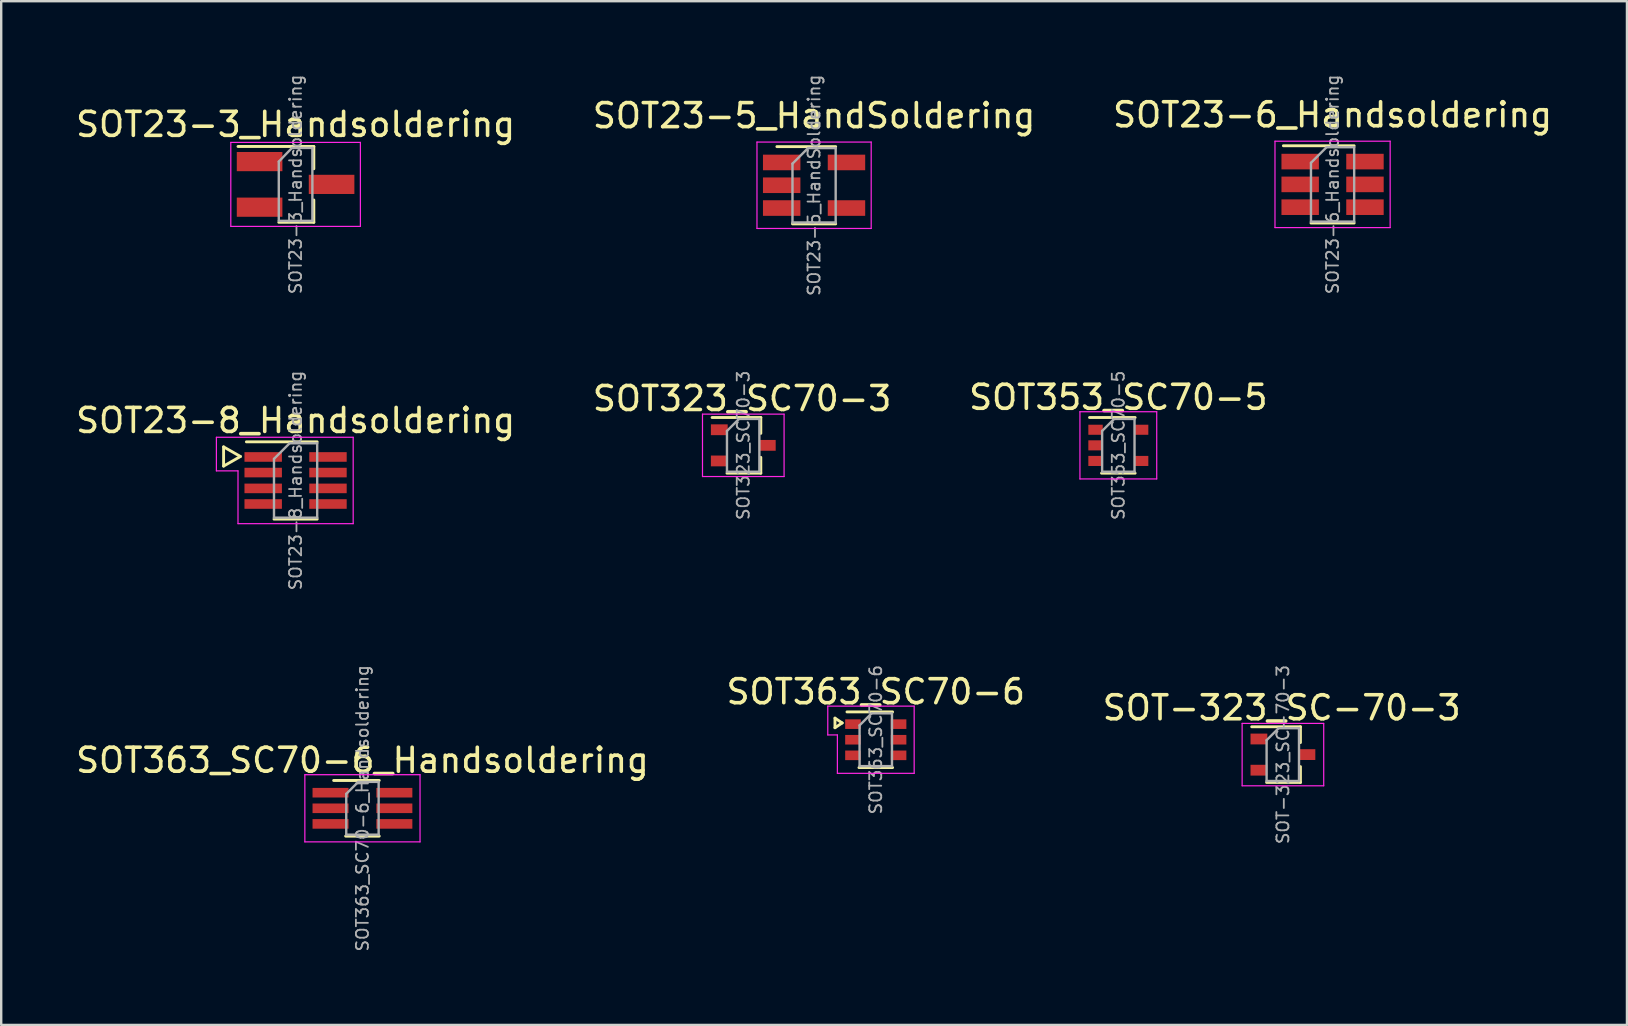
<source format=kicad_pcb>
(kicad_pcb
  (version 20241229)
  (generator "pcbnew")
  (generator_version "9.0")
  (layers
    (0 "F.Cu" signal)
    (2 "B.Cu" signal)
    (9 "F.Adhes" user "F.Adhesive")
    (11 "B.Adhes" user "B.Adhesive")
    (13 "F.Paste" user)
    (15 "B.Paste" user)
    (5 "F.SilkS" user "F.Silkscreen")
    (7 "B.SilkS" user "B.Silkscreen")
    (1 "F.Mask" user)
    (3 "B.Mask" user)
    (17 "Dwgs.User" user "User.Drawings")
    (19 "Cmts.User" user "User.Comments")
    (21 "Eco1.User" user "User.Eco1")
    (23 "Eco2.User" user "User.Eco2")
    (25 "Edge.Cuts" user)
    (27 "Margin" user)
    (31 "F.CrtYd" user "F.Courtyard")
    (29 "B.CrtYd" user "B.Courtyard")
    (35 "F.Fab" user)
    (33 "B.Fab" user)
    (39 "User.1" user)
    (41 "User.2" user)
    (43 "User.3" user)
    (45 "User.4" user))
  (footprint "SOT353_SC70-5"
    (layer "F.Cu")
    (at 43.554 15.509)
    (property "Reference" "SOT353_SC70-5" (at 0 -2 0) (layer "F.SilkS") (effects (font (size 1 1) (thickness 0.15))))
    (attr smd)
    (fp_line (start -0.7 1.16) (end 0.7 1.16) (stroke (width 0.12) (type solid)) (layer "F.SilkS"))
    (fp_line (start 0.7 -1.16) (end -1.2 -1.16) (stroke (width 0.12) (type solid)) (layer "F.SilkS"))
    (fp_line (start -1.6 -1.4) (end -1.6 1.4) (stroke (width 0.05) (type solid)) (layer "F.CrtYd"))
    (fp_line (start -1.6 -1.4) (end 1.6 -1.4) (stroke (width 0.05) (type solid)) (layer "F.CrtYd"))
    (fp_line (start -1.6 1.4) (end 1.6 1.4) (stroke (width 0.05) (type solid)) (layer "F.CrtYd"))
    (fp_line (start 1.6 1.4) (end 1.6 -1.4) (stroke (width 0.05) (type solid)) (layer "F.CrtYd"))
    (fp_line (start -0.675 -0.6) (end -0.675 1.1) (stroke (width 0.1) (type solid)) (layer "F.Fab"))
    (fp_line (start -0.175 -1.1) (end -0.675 -0.6) (stroke (width 0.1) (type solid)) (layer "F.Fab"))
    (fp_line (start 0.675 -1.1) (end -0.175 -1.1) (stroke (width 0.1) (type solid)) (layer "F.Fab"))
    (fp_line (start 0.675 -1.1) (end 0.675 1.1) (stroke (width 0.1) (type solid)) (layer "F.Fab"))
    (fp_line (start 0.675 1.1) (end -0.675 1.1) (stroke (width 0.1) (type solid)) (layer "F.Fab"))
    (fp_text user "${REFERENCE}" (at 0 0 90) (layer "F.Fab") (effects (font (size 0.5 0.5) (thickness 0.075))))
    (pad "1" smd rect (at -0.95 -0.65) (size 0.6 0.42) (layers "F.Cu" "F.Mask" "F.Paste"))
    (pad "2" smd rect (at -0.95 0) (size 0.6 0.42) (layers "F.Cu" "F.Mask" "F.Paste"))
    (pad "3" smd rect (at -0.95 0.65) (size 0.6 0.42) (layers "F.Cu" "F.Mask" "F.Paste"))
    (pad "4" smd rect (at 0.95 0.65) (size 0.6 0.42) (layers "F.Cu" "F.Mask" "F.Paste"))
    (pad "5" smd rect (at 0.95 -0.65) (size 0.6 0.42) (layers "F.Cu" "F.Mask" "F.Paste")))
  (footprint "SOT323_SC70-3"
    (layer "F.Cu")
    (at 27.925 15.509)
    (property "Reference" "SOT323_SC70-3" (at -0.05 -1.95 0) (layer "F.SilkS") (effects (font (size 1 1) (thickness 0.15))))
    (attr smd)
    (fp_line (start -0.68 1.16) (end 0.73 1.16) (stroke (width 0.12) (type solid)) (layer "F.SilkS"))
    (fp_line (start 0.73 -1.16) (end -1.3 -1.16) (stroke (width 0.12) (type solid)) (layer "F.SilkS"))
    (fp_line (start 0.73 -1.16) (end 0.73 -0.5) (stroke (width 0.12) (type solid)) (layer "F.SilkS"))
    (fp_line (start 0.73 0.5) (end 0.73 1.16) (stroke (width 0.12) (type solid)) (layer "F.SilkS"))
    (fp_line (start -1.7 -1.3) (end 1.7 -1.3) (stroke (width 0.05) (type solid)) (layer "F.CrtYd"))
    (fp_line (start -1.7 1.3) (end -1.7 -1.3) (stroke (width 0.05) (type solid)) (layer "F.CrtYd"))
    (fp_line (start 1.7 -1.3) (end 1.7 1.3) (stroke (width 0.05) (type solid)) (layer "F.CrtYd"))
    (fp_line (start 1.7 1.3) (end -1.7 1.3) (stroke (width 0.05) (type solid)) (layer "F.CrtYd"))
    (fp_line (start -0.68 -0.6) (end -0.68 1.1) (stroke (width 0.1) (type solid)) (layer "F.Fab"))
    (fp_line (start -0.18 -1.1) (end -0.68 -0.6) (stroke (width 0.1) (type solid)) (layer "F.Fab"))
    (fp_line (start 0.67 -1.1) (end -0.18 -1.1) (stroke (width 0.1) (type solid)) (layer "F.Fab"))
    (fp_line (start 0.67 -1.1) (end 0.67 1.1) (stroke (width 0.1) (type solid)) (layer "F.Fab"))
    (fp_line (start 0.67 1.1) (end -0.68 1.1) (stroke (width 0.1) (type solid)) (layer "F.Fab"))
    (fp_text user "${REFERENCE}" (at 0 0 90) (layer "F.Fab") (effects (font (size 0.5 0.5) (thickness 0.075))))
    (pad "1" smd rect (at -1 -0.65 270) (size 0.45 0.7) (layers "F.Cu" "F.Mask" "F.Paste"))
    (pad "2" smd rect (at -1 0.65 270) (size 0.45 0.7) (layers "F.Cu" "F.Mask" "F.Paste"))
    (pad "3" smd rect (at 1 0 270) (size 0.45 0.7) (layers "F.Cu" "F.Mask" "F.Paste")))
  (footprint "SOT23-5_HandSoldering"
    (layer "F.Cu")
    (at 30.875 4.67)
    (property "Reference" "SOT23-5_HandSoldering" (at 0 -2.9 0) (layer "F.SilkS") (effects (font (size 1 1) (thickness 0.15))))
    (attr smd)
    (fp_line (start -0.9 1.61) (end 0.9 1.61) (stroke (width 0.12) (type solid)) (layer "F.SilkS"))
    (fp_line (start 0.9 -1.61) (end -1.55 -1.61) (stroke (width 0.12) (type solid)) (layer "F.SilkS"))
    (fp_line (start -2.38 -1.8) (end -2.38 1.8) (stroke (width 0.05) (type solid)) (layer "F.CrtYd"))
    (fp_line (start -2.38 -1.8) (end 2.38 -1.8) (stroke (width 0.05) (type solid)) (layer "F.CrtYd"))
    (fp_line (start 2.38 1.8) (end -2.38 1.8) (stroke (width 0.05) (type solid)) (layer "F.CrtYd"))
    (fp_line (start 2.38 1.8) (end 2.38 -1.8) (stroke (width 0.05) (type solid)) (layer "F.CrtYd"))
    (fp_line (start -0.9 -0.9) (end -0.9 1.55) (stroke (width 0.1) (type solid)) (layer "F.Fab"))
    (fp_line (start -0.9 -0.9) (end -0.25 -1.55) (stroke (width 0.1) (type solid)) (layer "F.Fab"))
    (fp_line (start 0.9 -1.55) (end -0.25 -1.55) (stroke (width 0.1) (type solid)) (layer "F.Fab"))
    (fp_line (start 0.9 -1.55) (end 0.9 1.55) (stroke (width 0.1) (type solid)) (layer "F.Fab"))
    (fp_line (start 0.9 1.55) (end -0.9 1.55) (stroke (width 0.1) (type solid)) (layer "F.Fab"))
    (fp_text user "${REFERENCE}" (at 0 0 90) (layer "F.Fab") (effects (font (size 0.5 0.5) (thickness 0.075))))
    (pad "1" smd rect (at -1.35 -0.95) (size 1.56 0.65) (layers "F.Cu" "F.Mask" "F.Paste"))
    (pad "2" smd rect (at -1.35 0) (size 1.56 0.65) (layers "F.Cu" "F.Mask" "F.Paste"))
    (pad "3" smd rect (at -1.35 0.95) (size 1.56 0.65) (layers "F.Cu" "F.Mask" "F.Paste"))
    (pad "4" smd rect (at 1.35 0.95) (size 1.56 0.65) (layers "F.Cu" "F.Mask" "F.Paste"))
    (pad "5" smd rect (at 1.35 -0.95) (size 1.56 0.65) (layers "F.Cu" "F.Mask" "F.Paste")))
  (footprint "SOT23-6_Handsoldering"
    (layer "F.Cu")
    (at 52.482 4.634)
    (property "Reference" "SOT23-6_Handsoldering" (at 0 -2.9 0) (layer "F.SilkS") (effects (font (size 1 1) (thickness 0.15))))
    (attr smd)
    (fp_line (start -0.9 1.61) (end 0.9 1.61) (stroke (width 0.12) (type solid)) (layer "F.SilkS"))
    (fp_line (start 0.9 -1.61) (end -2.05 -1.61) (stroke (width 0.12) (type solid)) (layer "F.SilkS"))
    (fp_line (start -2.4 -1.8) (end 2.4 -1.8) (stroke (width 0.05) (type solid)) (layer "F.CrtYd"))
    (fp_line (start -2.4 1.8) (end -2.4 -1.8) (stroke (width 0.05) (type solid)) (layer "F.CrtYd"))
    (fp_line (start 2.4 -1.8) (end 2.4 1.8) (stroke (width 0.05) (type solid)) (layer "F.CrtYd"))
    (fp_line (start 2.4 1.8) (end -2.4 1.8) (stroke (width 0.05) (type solid)) (layer "F.CrtYd"))
    (fp_line (start -0.9 -0.9) (end -0.9 1.55) (stroke (width 0.1) (type solid)) (layer "F.Fab"))
    (fp_line (start -0.9 -0.9) (end -0.25 -1.55) (stroke (width 0.1) (type solid)) (layer "F.Fab"))
    (fp_line (start 0.9 -1.55) (end -0.25 -1.55) (stroke (width 0.1) (type solid)) (layer "F.Fab"))
    (fp_line (start 0.9 -1.55) (end 0.9 1.55) (stroke (width 0.1) (type solid)) (layer "F.Fab"))
    (fp_line (start 0.9 1.55) (end -0.9 1.55) (stroke (width 0.1) (type solid)) (layer "F.Fab"))
    (fp_text user "${REFERENCE}" (at 0 0 90) (layer "F.Fab") (effects (font (size 0.5 0.5) (thickness 0.075))))
    (pad "1" smd rect (at -1.35 -0.95) (size 1.56 0.65) (layers "F.Cu" "F.Mask" "F.Paste"))
    (pad "2" smd rect (at -1.35 0) (size 1.56 0.65) (layers "F.Cu" "F.Mask" "F.Paste"))
    (pad "3" smd rect (at -1.35 0.95) (size 1.56 0.65) (layers "F.Cu" "F.Mask" "F.Paste"))
    (pad "4" smd rect (at 1.35 0.95) (size 1.56 0.65) (layers "F.Cu" "F.Mask" "F.Paste"))
    (pad "5" smd rect (at 1.35 0) (size 1.56 0.65) (layers "F.Cu" "F.Mask" "F.Paste"))
    (pad "6" smd rect (at 1.35 -0.95) (size 1.56 0.65) (layers "F.Cu" "F.Mask" "F.Paste")))
  (footprint "SOT-323_SC-70-3"
    (layer "F.Cu")
    (at 50.413 28.396)
    (property "Reference" "SOT-323_SC-70-3" (at -0.05 -1.95 0) (layer "F.SilkS") (effects (font (size 1 1) (thickness 0.15))))
    (attr smd)
    (fp_line (start -0.68 1.16) (end 0.73 1.16) (stroke (width 0.12) (type solid)) (layer "F.SilkS"))
    (fp_line (start 0.73 -1.16) (end -1.3 -1.16) (stroke (width 0.12) (type solid)) (layer "F.SilkS"))
    (fp_line (start 0.73 -1.16) (end 0.73 -0.5) (stroke (width 0.12) (type solid)) (layer "F.SilkS"))
    (fp_line (start 0.73 0.5) (end 0.73 1.16) (stroke (width 0.12) (type solid)) (layer "F.SilkS"))
    (fp_line (start -1.7 -1.3) (end 1.7 -1.3) (stroke (width 0.05) (type solid)) (layer "F.CrtYd"))
    (fp_line (start -1.7 1.3) (end -1.7 -1.3) (stroke (width 0.05) (type solid)) (layer "F.CrtYd"))
    (fp_line (start 1.7 -1.3) (end 1.7 1.3) (stroke (width 0.05) (type solid)) (layer "F.CrtYd"))
    (fp_line (start 1.7 1.3) (end -1.7 1.3) (stroke (width 0.05) (type solid)) (layer "F.CrtYd"))
    (fp_line (start -0.68 -0.6) (end -0.68 1.1) (stroke (width 0.1) (type solid)) (layer "F.Fab"))
    (fp_line (start -0.18 -1.1) (end -0.68 -0.6) (stroke (width 0.1) (type solid)) (layer "F.Fab"))
    (fp_line (start 0.67 -1.1) (end -0.18 -1.1) (stroke (width 0.1) (type solid)) (layer "F.Fab"))
    (fp_line (start 0.67 -1.1) (end 0.67 1.1) (stroke (width 0.1) (type solid)) (layer "F.Fab"))
    (fp_line (start 0.67 1.1) (end -0.68 1.1) (stroke (width 0.1) (type solid)) (layer "F.Fab"))
    (fp_text user "${REFERENCE}" (at 0 0 90) (layer "F.Fab") (effects (font (size 0.5 0.5) (thickness 0.075))))
    (pad "1" smd rect (at -1 -0.65 270) (size 0.45 0.7) (layers "F.Cu" "F.Mask" "F.Paste"))
    (pad "2" smd rect (at -1 0.65 270) (size 0.45 0.7) (layers "F.Cu" "F.Mask" "F.Paste"))
    (pad "3" smd rect (at 1 0 270) (size 0.45 0.7) (layers "F.Cu" "F.Mask" "F.Paste")))
  (footprint "SOT23-3_Handsoldering"
    (layer "F.Cu")
    (at 9.268 4.634)
    (property "Reference" "SOT23-3_Handsoldering" (at 0 -2.5 0) (layer "F.SilkS") (effects (font (size 1 1) (thickness 0.15))))
    (attr smd)
    (fp_line (start 0.76 -1.58) (end -2.4 -1.58) (stroke (width 0.12) (type solid)) (layer "F.SilkS"))
    (fp_line (start 0.76 -1.58) (end 0.76 -0.65) (stroke (width 0.12) (type solid)) (layer "F.SilkS"))
    (fp_line (start 0.76 1.58) (end -0.7 1.58) (stroke (width 0.12) (type solid)) (layer "F.SilkS"))
    (fp_line (start 0.76 1.58) (end 0.76 0.65) (stroke (width 0.12) (type solid)) (layer "F.SilkS"))
    (fp_line (start -2.7 -1.75) (end 2.7 -1.75) (stroke (width 0.05) (type solid)) (layer "F.CrtYd"))
    (fp_line (start -2.7 1.75) (end -2.7 -1.75) (stroke (width 0.05) (type solid)) (layer "F.CrtYd"))
    (fp_line (start 2.7 -1.75) (end 2.7 1.75) (stroke (width 0.05) (type solid)) (layer "F.CrtYd"))
    (fp_line (start 2.7 1.75) (end -2.7 1.75) (stroke (width 0.05) (type solid)) (layer "F.CrtYd"))
    (fp_line (start -0.7 -0.95) (end -0.7 1.5) (stroke (width 0.1) (type solid)) (layer "F.Fab"))
    (fp_line (start -0.7 -0.95) (end -0.15 -1.52) (stroke (width 0.1) (type solid)) (layer "F.Fab"))
    (fp_line (start -0.7 1.52) (end 0.7 1.52) (stroke (width 0.1) (type solid)) (layer "F.Fab"))
    (fp_line (start -0.15 -1.52) (end 0.7 -1.52) (stroke (width 0.1) (type solid)) (layer "F.Fab"))
    (fp_line (start 0.7 -1.52) (end 0.7 1.52) (stroke (width 0.1) (type solid)) (layer "F.Fab"))
    (fp_text user "${REFERENCE}" (at 0 0 90) (layer "F.Fab") (effects (font (size 0.5 0.5) (thickness 0.075))))
    (pad "1" smd rect (at -1.5 -0.95) (size 1.9 0.8) (layers "F.Cu" "F.Mask" "F.Paste"))
    (pad "2" smd rect (at -1.5 0.95) (size 1.9 0.8) (layers "F.Cu" "F.Mask" "F.Paste"))
    (pad "3" smd rect (at 1.5 0) (size 1.9 0.8) (layers "F.Cu" "F.Mask" "F.Paste")))
  (footprint "SOT363_SC70-6"
    (layer "F.Cu")
    (at 33.446 27.777)
    (property "Reference" "SOT363_SC70-6" (at 0 -2 0) (layer "F.SilkS") (effects (font (size 1 1) (thickness 0.15))))
    (attr smd)
    (fp_line (start -1.7 -0.9) (end -1.4 -0.7) (stroke (width 0.12) (type solid)) (layer "F.SilkS"))
    (fp_line (start -1.7 -0.5) (end -1.7 -0.9) (stroke (width 0.12) (type solid)) (layer "F.SilkS"))
    (fp_line (start -1.4 -0.7) (end -1.7 -0.5) (stroke (width 0.12) (type solid)) (layer "F.SilkS"))
    (fp_line (start -0.7 1.16) (end 0.7 1.16) (stroke (width 0.12) (type solid)) (layer "F.SilkS"))
    (fp_line (start 0.7 -1.16) (end -1.2 -1.16) (stroke (width 0.12) (type solid)) (layer "F.SilkS"))
    (fp_line (start -2 -1.4) (end -2 -0.2) (stroke (width 0.05) (type solid)) (layer "F.CrtYd"))
    (fp_line (start -2 -1.4) (end 1.6 -1.4) (stroke (width 0.05) (type solid)) (layer "F.CrtYd"))
    (fp_line (start -2 -0.2) (end -1.6 -0.2) (stroke (width 0.05) (type solid)) (layer "F.CrtYd"))
    (fp_line (start -1.6 -0.2) (end -1.6 1.4) (stroke (width 0.05) (type solid)) (layer "F.CrtYd"))
    (fp_line (start -1.6 1.4) (end 1.6 1.4) (stroke (width 0.05) (type solid)) (layer "F.CrtYd"))
    (fp_line (start 1.6 1.4) (end 1.6 -1.4) (stroke (width 0.05) (type solid)) (layer "F.CrtYd"))
    (fp_line (start -0.675 -0.6) (end -0.675 1.1) (stroke (width 0.1) (type solid)) (layer "F.Fab"))
    (fp_line (start -0.175 -1.1) (end -0.675 -0.6) (stroke (width 0.1) (type solid)) (layer "F.Fab"))
    (fp_line (start 0.675 -1.1) (end -0.175 -1.1) (stroke (width 0.1) (type solid)) (layer "F.Fab"))
    (fp_line (start 0.675 -1.1) (end 0.675 1.1) (stroke (width 0.1) (type solid)) (layer "F.Fab"))
    (fp_line (start 0.675 1.1) (end -0.675 1.1) (stroke (width 0.1) (type solid)) (layer "F.Fab"))
    (fp_text user "${REFERENCE}" (at 0 0 90) (layer "F.Fab") (effects (font (size 0.5 0.5) (thickness 0.075))))
    (pad "1" smd rect (at -0.95 -0.65) (size 0.65 0.4) (layers "F.Cu" "F.Mask" "F.Paste"))
    (pad "2" smd rect (at -0.95 0) (size 0.65 0.4) (layers "F.Cu" "F.Mask" "F.Paste"))
    (pad "3" smd rect (at -0.95 0.65) (size 0.65 0.4) (layers "F.Cu" "F.Mask" "F.Paste"))
    (pad "4" smd rect (at 0.95 0.65) (size 0.65 0.4) (layers "F.Cu" "F.Mask" "F.Paste"))
    (pad "5" smd rect (at 0.95 0) (size 0.65 0.4) (layers "F.Cu" "F.Mask" "F.Paste"))
    (pad "6" smd rect (at 0.95 -0.65) (size 0.65 0.4) (layers "F.Cu" "F.Mask" "F.Paste")))
  (footprint "SOT23-8_Handsoldering"
    (layer "F.Cu")
    (at 9.268 16.973)
    (property "Reference" "SOT23-8_Handsoldering" (at 0 -2.5 0) (layer "F.SilkS") (effects (font (size 1 1) (thickness 0.15))))
    (attr smd)
    (fp_line (start -3 -1.4) (end -3 -0.6) (stroke (width 0.12) (type solid)) (layer "F.SilkS"))
    (fp_line (start -3 -0.6) (end -2.3 -1) (stroke (width 0.12) (type solid)) (layer "F.SilkS"))
    (fp_line (start -2.3 -1) (end -3 -1.4) (stroke (width 0.12) (type solid)) (layer "F.SilkS"))
    (fp_line (start -0.9 1.61) (end 0.9 1.61) (stroke (width 0.12) (type solid)) (layer "F.SilkS"))
    (fp_line (start 0.9 -1.61) (end -2.05 -1.61) (stroke (width 0.12) (type solid)) (layer "F.SilkS"))
    (fp_line (start -3.3 -1.8) (end 2.4 -1.8) (stroke (width 0.05) (type solid)) (layer "F.CrtYd"))
    (fp_line (start -3.3 -0.4) (end -3.3 -1.8) (stroke (width 0.05) (type solid)) (layer "F.CrtYd"))
    (fp_line (start -3.3 -0.4) (end -2.4 -0.4) (stroke (width 0.05) (type solid)) (layer "F.CrtYd"))
    (fp_line (start -2.4 1.8) (end -2.4 -0.4) (stroke (width 0.05) (type solid)) (layer "F.CrtYd"))
    (fp_line (start 2.4 -1.8) (end 2.4 1.8) (stroke (width 0.05) (type solid)) (layer "F.CrtYd"))
    (fp_line (start 2.4 1.8) (end -2.4 1.8) (stroke (width 0.05) (type solid)) (layer "F.CrtYd"))
    (fp_line (start -0.9 -0.9) (end -0.9 1.55) (stroke (width 0.1) (type solid)) (layer "F.Fab"))
    (fp_line (start -0.9 -0.9) (end -0.25 -1.55) (stroke (width 0.1) (type solid)) (layer "F.Fab"))
    (fp_line (start 0.9 -1.55) (end -0.25 -1.55) (stroke (width 0.1) (type solid)) (layer "F.Fab"))
    (fp_line (start 0.9 -1.55) (end 0.9 1.55) (stroke (width 0.1) (type solid)) (layer "F.Fab"))
    (fp_line (start 0.9 1.55) (end -0.9 1.55) (stroke (width 0.1) (type solid)) (layer "F.Fab"))
    (fp_text user "${REFERENCE}" (at 0 0 90) (layer "F.Fab") (effects (font (size 0.5 0.5) (thickness 0.075))))
    (pad "1" smd rect (at -1.35 -0.98) (size 1.56 0.4) (layers "F.Cu" "F.Mask" "F.Paste"))
    (pad "2" smd rect (at -1.35 -0.33) (size 1.56 0.4) (layers "F.Cu" "F.Mask" "F.Paste"))
    (pad "3" smd rect (at -1.35 0.33) (size 1.56 0.4) (layers "F.Cu" "F.Mask" "F.Paste"))
    (pad "4" smd rect (at -1.35 0.98) (size 1.56 0.4) (layers "F.Cu" "F.Mask" "F.Paste"))
    (pad "5" smd rect (at 1.35 0.98) (size 1.56 0.4) (layers "F.Cu" "F.Mask" "F.Paste"))
    (pad "6" smd rect (at 1.35 0.33) (size 1.56 0.4) (layers "F.Cu" "F.Mask" "F.Paste"))
    (pad "7" smd rect (at 1.35 -0.33) (size 1.56 0.4) (layers "F.Cu" "F.Mask" "F.Paste"))
    (pad "8" smd rect (at 1.35 -0.98) (size 1.56 0.4) (layers "F.Cu" "F.Mask" "F.Paste")))
  (footprint "SOT363_SC70-6_Handsoldering"
    (layer "F.Cu")
    (at 12.054 30.634)
    (property "Reference" "SOT363_SC70-6_Handsoldering" (at 0 -2 0) (layer "F.SilkS") (effects (font (size 1 1) (thickness 0.15))))
    (attr smd)
    (fp_line (start -0.7 1.16) (end 0.7 1.16) (stroke (width 0.12) (type solid)) (layer "F.SilkS"))
    (fp_line (start 0.7 -1.16) (end -1.2 -1.16) (stroke (width 0.12) (type solid)) (layer "F.SilkS"))
    (fp_line (start -2.4 -1.4) (end -2.4 1.4) (stroke (width 0.05) (type solid)) (layer "F.CrtYd"))
    (fp_line (start -2.4 -1.4) (end 2.4 -1.4) (stroke (width 0.05) (type solid)) (layer "F.CrtYd"))
    (fp_line (start -2.4 1.4) (end 2.4 1.4) (stroke (width 0.05) (type solid)) (layer "F.CrtYd"))
    (fp_line (start 2.4 1.4) (end 2.4 -1.4) (stroke (width 0.05) (type solid)) (layer "F.CrtYd"))
    (fp_line (start -0.675 -0.6) (end -0.675 1.1) (stroke (width 0.1) (type solid)) (layer "F.Fab"))
    (fp_line (start -0.175 -1.1) (end -0.675 -0.6) (stroke (width 0.1) (type solid)) (layer "F.Fab"))
    (fp_line (start 0.675 -1.1) (end -0.175 -1.1) (stroke (width 0.1) (type solid)) (layer "F.Fab"))
    (fp_line (start 0.675 -1.1) (end 0.675 1.1) (stroke (width 0.1) (type solid)) (layer "F.Fab"))
    (fp_line (start 0.675 1.1) (end -0.675 1.1) (stroke (width 0.1) (type solid)) (layer "F.Fab"))
    (fp_text user "${REFERENCE}" (at 0 0 90) (layer "F.Fab") (effects (font (size 0.5 0.5) (thickness 0.075))))
    (pad "1" smd rect (at -1.33 -0.65) (size 1.5 0.4) (layers "F.Cu" "F.Mask" "F.Paste"))
    (pad "2" smd rect (at -1.33 0) (size 1.5 0.4) (layers "F.Cu" "F.Mask" "F.Paste"))
    (pad "3" smd rect (at -1.33 0.65) (size 1.5 0.4) (layers "F.Cu" "F.Mask" "F.Paste"))
    (pad "4" smd rect (at 1.33 0.65) (size 1.5 0.4) (layers "F.Cu" "F.Mask" "F.Paste"))
    (pad "5" smd rect (at 1.33 0) (size 1.5 0.4) (layers "F.Cu" "F.Mask" "F.Paste"))
    (pad "6" smd rect (at 1.33 -0.65) (size 1.5 0.4) (layers "F.Cu" "F.Mask" "F.Paste")))
  (gr_rect
    (start -3 -3)
    (end 64.75 39.661)
    (stroke (width 0.1) (type default))
    (fill no)
    (layer "Edge.Cuts")))
</source>
